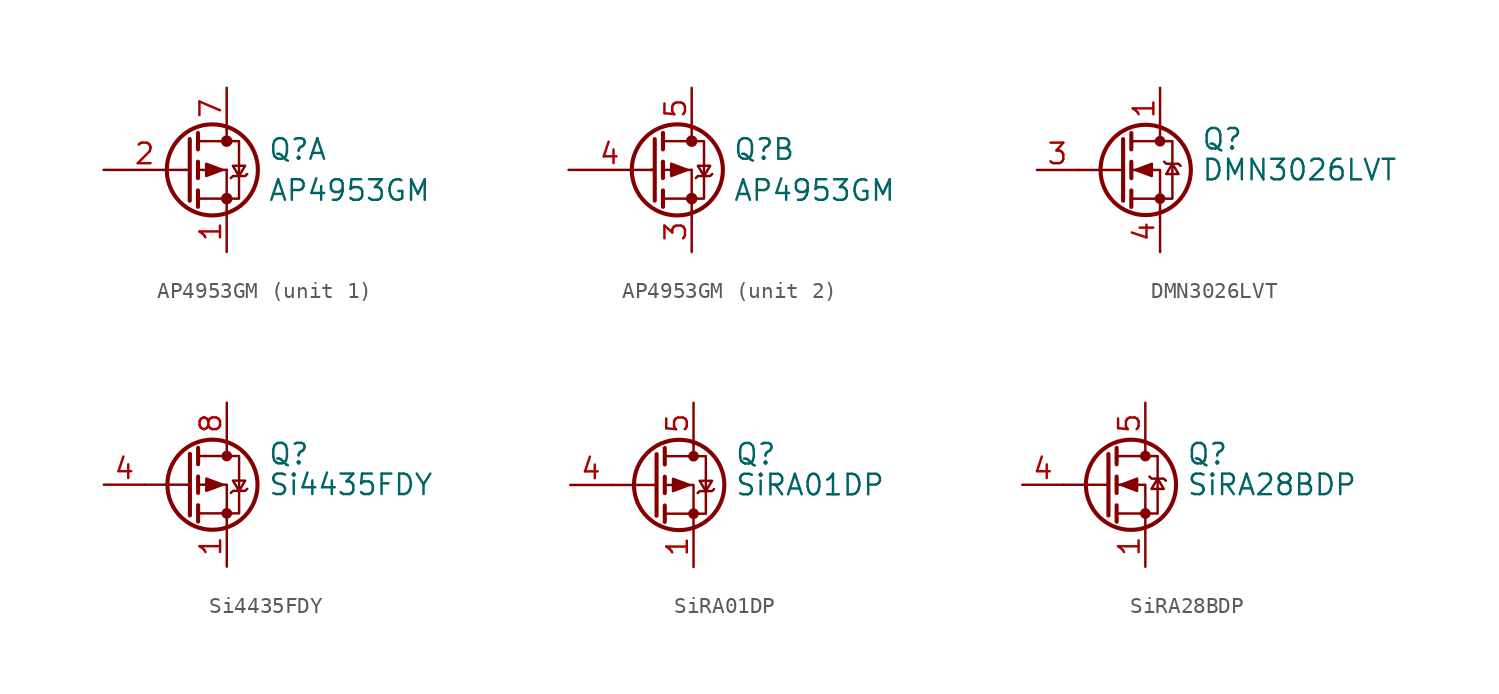
<source format=kicad_sym>
(kicad_symbol_lib
  (version 20210619)
  (generator kicad_symbol_editor)
  (symbol "Gekkio_Transistor_FET:AP4953GM"
    (pin_names
      (offset 0) hide)
    (property "Reference" "Q"
      (at 5.08 1.27 0)
      (effects (font (size 1.27 1.27)) (justify left)))
    (property "Value" "AP4953GM"
      (at 5.08 -1.27 0)
      (effects (font (size 1.27 1.27)) (justify left)))
    (symbol "AP4953GM_0_1"
      (polyline (pts (xy 0 0) (xy 0.254 0)) (stroke (width 0)) (fill (type none))))
    (symbol "AP4953GM_1_1"
      (circle (center 1.651 0) (radius 2.819) (stroke (width 0.254)) (fill (type none)))
      (circle (center 2.54 -1.778) (radius 0.279) (stroke (width 0)) (fill (type outline)))
      (circle (center 2.54 1.778) (radius 0.279) (stroke (width 0)) (fill (type outline)))
      (polyline (pts (xy 0.762 -1.778) (xy 2.54 -1.778)) (stroke (width 0)) (fill (type none)))
      (polyline (pts (xy 0.762 -1.27) (xy 0.762 -2.286)) (stroke (width 0.254)) (fill (type none)))
      (polyline (pts (xy 0.762 0) (xy 2.54 0)) (stroke (width 0)) (fill (type none)))
      (polyline (pts (xy 0.762 0.508) (xy 0.762 -0.508)) (stroke (width 0.254)) (fill (type none)))
      (polyline (pts (xy 0.762 1.778) (xy 2.54 1.778)) (stroke (width 0)) (fill (type none)))
      (polyline (pts (xy 0.762 2.286) (xy 0.762 1.27)) (stroke (width 0.254)) (fill (type none)))
      (polyline (pts (xy 2.54 -1.778) (xy 2.54 -2.54)) (stroke (width 0)) (fill (type none)))
      (polyline (pts (xy 2.54 -1.778) (xy 2.54 0)) (stroke (width 0)) (fill (type none)))
      (polyline (pts (xy 2.54 2.54) (xy 2.54 1.778)) (stroke (width 0)) (fill (type none)))
      (polyline (pts (xy 0.254 1.905) (xy 0.254 -1.905) (xy 0.254 -1.905)) (stroke (width 0.254)) (fill (type none)))
      (polyline (pts (xy 2.54 -1.778) (xy 3.302 -1.778) (xy 3.302 1.778) (xy 2.54 1.778)) (stroke (width 0)) (fill (type none)))
      (polyline (pts (xy 2.794 -0.508) (xy 2.921 -0.381) (xy 3.683 -0.381) (xy 3.81 -0.254)) (stroke (width 0)) (fill (type none)))
      (polyline (pts (xy 3.302 -0.381) (xy 2.921 0.254) (xy 3.683 0.254) (xy 3.302 -0.381)) (stroke (width 0)) (fill (type none)))
      (polyline (pts (xy 2.286 0) (xy 1.27 -0.381) (xy 1.27 0.381) (xy 2.286 0)) (stroke (width 0)) (fill (type outline)))
      (pin passive line (at 2.54 -5.08 90) (length 2.54) (name "S" (effects (font (size 1.27 1.27)))) (number "1" (effects (font (size 1.27 1.27)))))
      (pin input line (at -5.08 0 0) (length 5.08) (name "G" (effects (font (size 1.27 1.27)))) (number "2" (effects (font (size 1.27 1.27)))))
      (pin passive line (at 2.54 5.08 270) (length 2.54) (name "D" (effects (font (size 1.27 1.27)))) (number "7" (effects (font (size 1.27 1.27)))))
      (pin passive line (at 2.54 5.08 270) (length 2.54) hide (name "D" (effects (font (size 1.27 1.27)))) (number "8" (effects (font (size 1.27 1.27))))))
    (symbol "AP4953GM_2_1"
      (circle (center 1.651 0) (radius 2.819) (stroke (width 0.254)) (fill (type none)))
      (circle (center 2.54 -1.778) (radius 0.279) (stroke (width 0)) (fill (type outline)))
      (circle (center 2.54 1.778) (radius 0.279) (stroke (width 0)) (fill (type outline)))
      (polyline (pts (xy 0.051 0) (xy 0.254 0)) (stroke (width 0)) (fill (type none)))
      (polyline (pts (xy 0.762 -1.778) (xy 2.54 -1.778)) (stroke (width 0)) (fill (type none)))
      (polyline (pts (xy 0.762 -1.27) (xy 0.762 -2.286)) (stroke (width 0.254)) (fill (type none)))
      (polyline (pts (xy 0.762 0) (xy 2.54 0)) (stroke (width 0)) (fill (type none)))
      (polyline (pts (xy 0.762 0.508) (xy 0.762 -0.508)) (stroke (width 0.254)) (fill (type none)))
      (polyline (pts (xy 0.762 1.778) (xy 2.54 1.778)) (stroke (width 0)) (fill (type none)))
      (polyline (pts (xy 0.762 2.286) (xy 0.762 1.27)) (stroke (width 0.254)) (fill (type none)))
      (polyline (pts (xy 2.54 -1.778) (xy 2.54 -2.54)) (stroke (width 0)) (fill (type none)))
      (polyline (pts (xy 2.54 -1.778) (xy 2.54 0)) (stroke (width 0)) (fill (type none)))
      (polyline (pts (xy 2.54 2.54) (xy 2.54 1.778)) (stroke (width 0)) (fill (type none)))
      (polyline (pts (xy 0.254 1.905) (xy 0.254 -1.905) (xy 0.254 -1.905)) (stroke (width 0.254)) (fill (type none)))
      (polyline (pts (xy 2.54 -1.778) (xy 3.302 -1.778) (xy 3.302 1.778) (xy 2.54 1.778)) (stroke (width 0)) (fill (type none)))
      (polyline (pts (xy 2.794 -0.508) (xy 2.921 -0.381) (xy 3.683 -0.381) (xy 3.81 -0.254)) (stroke (width 0)) (fill (type none)))
      (polyline (pts (xy 3.302 -0.381) (xy 2.921 0.254) (xy 3.683 0.254) (xy 3.302 -0.381)) (stroke (width 0)) (fill (type none)))
      (polyline (pts (xy 2.286 0) (xy 1.27 -0.381) (xy 1.27 0.381) (xy 2.286 0)) (stroke (width 0)) (fill (type outline)))
      (pin passive line (at 2.54 -5.08 90) (length 2.54) (name "S" (effects (font (size 1.27 1.27)))) (number "3" (effects (font (size 1.27 1.27)))))
      (pin input line (at -5.08 0 0) (length 5.08) (name "G" (effects (font (size 1.27 1.27)))) (number "4" (effects (font (size 1.27 1.27)))))
      (pin passive line (at 2.54 5.08 270) (length 2.54) (name "D" (effects (font (size 1.27 1.27)))) (number "5" (effects (font (size 1.27 1.27)))))
      (pin passive line (at 2.54 5.08 270) (length 2.54) hide (name "D" (effects (font (size 1.27 1.27)))) (number "6" (effects (font (size 1.27 1.27)))))))
  (symbol "Gekkio_Transistor_FET:DMN3026LVT"
    (pin_names hide)
    (property "Reference" "Q"
      (at 5.08 1.905 0)
      (effects (font (size 1.27 1.27)) (justify left)))
    (property "Value" "DMN3026LVT"
      (at 5.08 0 0)
      (effects (font (size 1.27 1.27)) (justify left)))
    (symbol "DMN3026LVT_0_1"
      (circle (center 1.651 0) (radius 2.794) (stroke (width 0.254)) (fill (type none)))
      (circle (center 2.54 -1.778) (radius 0.254) (stroke (width 0)) (fill (type outline)))
      (circle (center 2.54 1.778) (radius 0.254) (stroke (width 0)) (fill (type outline)))
      (polyline (pts (xy 0.254 0) (xy -2.54 0)) (stroke (width 0)) (fill (type none)))
      (polyline (pts (xy 0.254 1.905) (xy 0.254 -1.905)) (stroke (width 0.254)) (fill (type none)))
      (polyline (pts (xy 0.762 -1.27) (xy 0.762 -2.286)) (stroke (width 0.254)) (fill (type none)))
      (polyline (pts (xy 0.762 0.508) (xy 0.762 -0.508)) (stroke (width 0.254)) (fill (type none)))
      (polyline (pts (xy 0.762 2.286) (xy 0.762 1.27)) (stroke (width 0.254)) (fill (type none)))
      (polyline (pts (xy 2.54 2.54) (xy 2.54 1.778)) (stroke (width 0)) (fill (type none)))
      (polyline (pts (xy 2.54 -2.54) (xy 2.54 0) (xy 0.762 0)) (stroke (width 0)) (fill (type none)))
      (polyline (pts (xy 0.762 -1.778) (xy 3.302 -1.778) (xy 3.302 1.778) (xy 0.762 1.778)) (stroke (width 0)) (fill (type none)))
      (polyline (pts (xy 2.794 0.508) (xy 2.921 0.381) (xy 3.683 0.381) (xy 3.81 0.254)) (stroke (width 0)) (fill (type none)))
      (polyline (pts (xy 3.302 0.381) (xy 2.921 -0.254) (xy 3.683 -0.254) (xy 3.302 0.381)) (stroke (width 0)) (fill (type none)))
      (polyline (pts (xy 1.016 0) (xy 2.032 0.381) (xy 2.032 -0.381) (xy 1.016 0)) (stroke (width 0)) (fill (type outline))))
    (symbol "DMN3026LVT_1_1"
      (pin passive line (at 2.54 5.08 270) (length 2.54) (name "D" (effects (font (size 1.27 1.27)))) (number "1" (effects (font (size 1.27 1.27)))))
      (pin passive line (at 2.54 5.08 270) (length 2.54) hide (name "D" (effects (font (size 1.27 1.27)))) (number "2" (effects (font (size 1.27 1.27)))))
      (pin input line (at -5.08 0 0) (length 2.54) (name "G" (effects (font (size 1.27 1.27)))) (number "3" (effects (font (size 1.27 1.27)))))
      (pin passive line (at 2.54 -5.08 90) (length 2.54) (name "S" (effects (font (size 1.27 1.27)))) (number "4" (effects (font (size 1.27 1.27)))))
      (pin passive line (at 2.54 5.08 270) (length 2.54) hide (name "D" (effects (font (size 1.27 1.27)))) (number "5" (effects (font (size 1.27 1.27)))))
      (pin passive line (at 2.54 5.08 270) (length 2.54) hide (name "D" (effects (font (size 1.27 1.27)))) (number "6" (effects (font (size 1.27 1.27)))))))
  (symbol "Gekkio_Transistor_FET:Si4435FDY"
    (pin_names hide)
    (property "Reference" "Q"
      (at 5.08 1.905 0)
      (effects (font (size 1.27 1.27)) (justify left)))
    (property "Value" "Si4435FDY"
      (at 5.08 0 0)
      (effects (font (size 1.27 1.27)) (justify left)))
    (symbol "Si4435FDY_0_1"
      (circle (center 1.651 0) (radius 2.794) (stroke (width 0.254)) (fill (type none)))
      (circle (center 2.54 -1.778) (radius 0.254) (stroke (width 0)) (fill (type outline)))
      (circle (center 2.54 1.778) (radius 0.254) (stroke (width 0)) (fill (type outline)))
      (polyline (pts (xy 0.254 0) (xy -2.54 0)) (stroke (width 0)) (fill (type none)))
      (polyline (pts (xy 0.254 1.905) (xy 0.254 -1.905)) (stroke (width 0.254)) (fill (type none)))
      (polyline (pts (xy 0.762 -1.27) (xy 0.762 -2.286)) (stroke (width 0.254)) (fill (type none)))
      (polyline (pts (xy 0.762 0.508) (xy 0.762 -0.508)) (stroke (width 0.254)) (fill (type none)))
      (polyline (pts (xy 0.762 2.286) (xy 0.762 1.27)) (stroke (width 0.254)) (fill (type none)))
      (polyline (pts (xy 2.54 2.54) (xy 2.54 1.778)) (stroke (width 0)) (fill (type none)))
      (polyline (pts (xy 2.54 -2.54) (xy 2.54 0) (xy 0.762 0)) (stroke (width 0)) (fill (type none)))
      (polyline (pts (xy 0.762 1.778) (xy 3.302 1.778) (xy 3.302 -1.778) (xy 0.762 -1.778)) (stroke (width 0)) (fill (type none)))
      (polyline (pts (xy 2.794 -0.508) (xy 2.921 -0.381) (xy 3.683 -0.381) (xy 3.81 -0.254)) (stroke (width 0)) (fill (type none)))
      (polyline (pts (xy 3.302 -0.381) (xy 2.921 0.254) (xy 3.683 0.254) (xy 3.302 -0.381)) (stroke (width 0)) (fill (type none)))
      (polyline (pts (xy 2.286 0) (xy 1.27 0.381) (xy 1.27 -0.381) (xy 2.286 0)) (stroke (width 0)) (fill (type outline))))
    (symbol "Si4435FDY_1_1"
      (pin passive line (at 2.54 -5.08 90) (length 2.54) (name "S" (effects (font (size 1.27 1.27)))) (number "1" (effects (font (size 1.27 1.27)))))
      (pin passive line (at 2.54 -5.08 90) (length 2.54) hide (name "S" (effects (font (size 1.27 1.27)))) (number "2" (effects (font (size 1.27 1.27)))))
      (pin passive line (at 2.54 -5.08 90) (length 2.54) hide (name "S" (effects (font (size 1.27 1.27)))) (number "3" (effects (font (size 1.27 1.27)))))
      (pin passive line (at -5.08 0 0) (length 2.54) (name "G" (effects (font (size 1.27 1.27)))) (number "4" (effects (font (size 1.27 1.27)))))
      (pin passive line (at 2.54 5.08 270) (length 2.54) hide (name "D" (effects (font (size 1.27 1.27)))) (number "5" (effects (font (size 1.27 1.27)))))
      (pin passive line (at 2.54 5.08 270) (length 2.54) hide (name "D" (effects (font (size 1.27 1.27)))) (number "6" (effects (font (size 1.27 1.27)))))
      (pin passive line (at 2.54 5.08 270) (length 2.54) hide (name "D" (effects (font (size 1.27 1.27)))) (number "7" (effects (font (size 1.27 1.27)))))
      (pin passive line (at 2.54 5.08 270) (length 2.54) (name "D" (effects (font (size 1.27 1.27)))) (number "8" (effects (font (size 1.27 1.27)))))))
  (symbol "Gekkio_Transistor_FET:SiRA01DP"
    (pin_names hide)
    (property "Reference" "Q"
      (at 5.08 1.905 0)
      (effects (font (size 1.27 1.27)) (justify left)))
    (property "Value" "SiRA01DP"
      (at 5.08 0 0)
      (effects (font (size 1.27 1.27)) (justify left)))
    (symbol "SiRA01DP_0_1"
      (circle (center 1.651 0) (radius 2.794) (stroke (width 0.254)) (fill (type none)))
      (circle (center 2.54 -1.778) (radius 0.254) (stroke (width 0)) (fill (type outline)))
      (circle (center 2.54 1.778) (radius 0.254) (stroke (width 0)) (fill (type outline)))
      (polyline (pts (xy 0.254 0) (xy -2.54 0)) (stroke (width 0)) (fill (type none)))
      (polyline (pts (xy 0.254 1.905) (xy 0.254 -1.905)) (stroke (width 0.254)) (fill (type none)))
      (polyline (pts (xy 0.762 -1.27) (xy 0.762 -2.286)) (stroke (width 0.254)) (fill (type none)))
      (polyline (pts (xy 0.762 0.508) (xy 0.762 -0.508)) (stroke (width 0.254)) (fill (type none)))
      (polyline (pts (xy 0.762 2.286) (xy 0.762 1.27)) (stroke (width 0.254)) (fill (type none)))
      (polyline (pts (xy 2.54 2.54) (xy 2.54 1.778)) (stroke (width 0)) (fill (type none)))
      (polyline (pts (xy 2.54 -2.54) (xy 2.54 0) (xy 0.762 0)) (stroke (width 0)) (fill (type none)))
      (polyline (pts (xy 0.762 1.778) (xy 3.302 1.778) (xy 3.302 -1.778) (xy 0.762 -1.778)) (stroke (width 0)) (fill (type none)))
      (polyline (pts (xy 2.794 -0.508) (xy 2.921 -0.381) (xy 3.683 -0.381) (xy 3.81 -0.254)) (stroke (width 0)) (fill (type none)))
      (polyline (pts (xy 3.302 -0.381) (xy 2.921 0.254) (xy 3.683 0.254) (xy 3.302 -0.381)) (stroke (width 0)) (fill (type none)))
      (polyline (pts (xy 2.286 0) (xy 1.27 0.381) (xy 1.27 -0.381) (xy 2.286 0)) (stroke (width 0)) (fill (type outline))))
    (symbol "SiRA01DP_1_1"
      (pin passive line (at 2.54 -5.08 90) (length 2.54) (name "S" (effects (font (size 1.27 1.27)))) (number "1" (effects (font (size 1.27 1.27)))))
      (pin passive line (at 2.54 -5.08 90) (length 2.54) hide (name "S" (effects (font (size 1.27 1.27)))) (number "2" (effects (font (size 1.27 1.27)))))
      (pin passive line (at 2.54 -5.08 90) (length 2.54) hide (name "S" (effects (font (size 1.27 1.27)))) (number "3" (effects (font (size 1.27 1.27)))))
      (pin input line (at -5.08 0 0) (length 2.54) (name "G" (effects (font (size 1.27 1.27)))) (number "4" (effects (font (size 1.27 1.27)))))
      (pin passive line (at 2.54 5.08 270) (length 2.54) (name "D" (effects (font (size 1.27 1.27)))) (number "5" (effects (font (size 1.27 1.27)))))))
  (symbol "Gekkio_Transistor_FET:SiRA28BDP"
    (pin_names hide)
    (property "Reference" "Q"
      (at 5.08 1.905 0)
      (effects (font (size 1.27 1.27)) (justify left)))
    (property "Value" "SiRA28BDP"
      (at 5.08 0 0)
      (effects (font (size 1.27 1.27)) (justify left)))
    (symbol "SiRA28BDP_0_1"
      (circle (center 1.651 0) (radius 2.794) (stroke (width 0.254)) (fill (type none)))
      (circle (center 2.54 -1.778) (radius 0.254) (stroke (width 0)) (fill (type outline)))
      (circle (center 2.54 1.778) (radius 0.254) (stroke (width 0)) (fill (type outline)))
      (polyline (pts (xy 0.254 0) (xy -2.54 0)) (stroke (width 0)) (fill (type none)))
      (polyline (pts (xy 0.254 1.905) (xy 0.254 -1.905)) (stroke (width 0.254)) (fill (type none)))
      (polyline (pts (xy 0.762 -1.27) (xy 0.762 -2.286)) (stroke (width 0.254)) (fill (type none)))
      (polyline (pts (xy 0.762 0.508) (xy 0.762 -0.508)) (stroke (width 0.254)) (fill (type none)))
      (polyline (pts (xy 0.762 2.286) (xy 0.762 1.27)) (stroke (width 0.254)) (fill (type none)))
      (polyline (pts (xy 2.54 2.54) (xy 2.54 1.778)) (stroke (width 0)) (fill (type none)))
      (polyline (pts (xy 2.54 -2.54) (xy 2.54 0) (xy 0.762 0)) (stroke (width 0)) (fill (type none)))
      (polyline (pts (xy 0.762 -1.778) (xy 3.302 -1.778) (xy 3.302 1.778) (xy 0.762 1.778)) (stroke (width 0)) (fill (type none)))
      (polyline (pts (xy 2.794 0.508) (xy 2.921 0.381) (xy 3.683 0.381) (xy 3.81 0.254)) (stroke (width 0)) (fill (type none)))
      (polyline (pts (xy 3.302 0.381) (xy 2.921 -0.254) (xy 3.683 -0.254) (xy 3.302 0.381)) (stroke (width 0)) (fill (type none)))
      (polyline (pts (xy 1.016 0) (xy 2.032 0.381) (xy 2.032 -0.381) (xy 1.016 0)) (stroke (width 0)) (fill (type outline))))
    (symbol "SiRA28BDP_1_1"
      (pin passive line (at 2.54 -5.08 90) (length 2.54) (name "S" (effects (font (size 1.27 1.27)))) (number "1" (effects (font (size 1.27 1.27)))))
      (pin passive line (at 2.54 -5.08 90) (length 2.54) hide (name "S" (effects (font (size 1.27 1.27)))) (number "2" (effects (font (size 1.27 1.27)))))
      (pin passive line (at 2.54 -5.08 90) (length 2.54) hide (name "S" (effects (font (size 1.27 1.27)))) (number "3" (effects (font (size 1.27 1.27)))))
      (pin input line (at -5.08 0 0) (length 2.54) (name "G" (effects (font (size 1.27 1.27)))) (number "4" (effects (font (size 1.27 1.27)))))
      (pin passive line (at 2.54 5.08 270) (length 2.54) (name "D" (effects (font (size 1.27 1.27)))) (number "5" (effects (font (size 1.27 1.27))))))))
</source>
